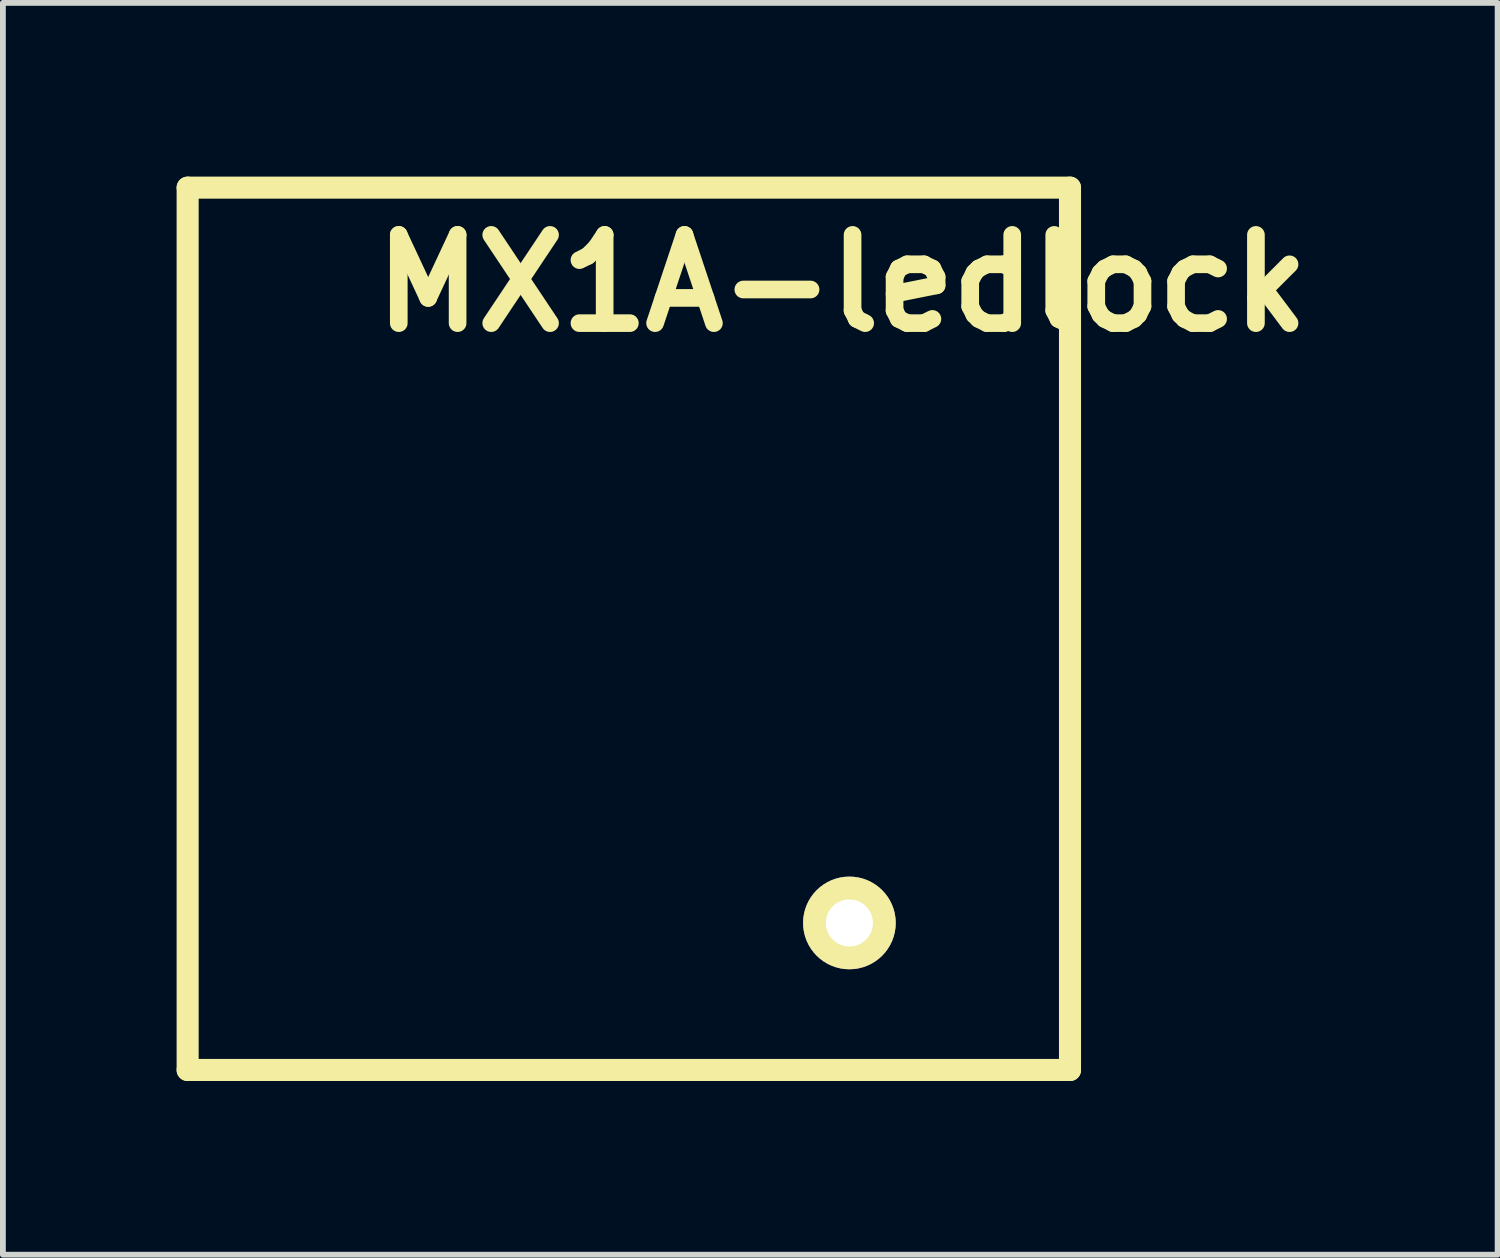
<source format=kicad_pcb>
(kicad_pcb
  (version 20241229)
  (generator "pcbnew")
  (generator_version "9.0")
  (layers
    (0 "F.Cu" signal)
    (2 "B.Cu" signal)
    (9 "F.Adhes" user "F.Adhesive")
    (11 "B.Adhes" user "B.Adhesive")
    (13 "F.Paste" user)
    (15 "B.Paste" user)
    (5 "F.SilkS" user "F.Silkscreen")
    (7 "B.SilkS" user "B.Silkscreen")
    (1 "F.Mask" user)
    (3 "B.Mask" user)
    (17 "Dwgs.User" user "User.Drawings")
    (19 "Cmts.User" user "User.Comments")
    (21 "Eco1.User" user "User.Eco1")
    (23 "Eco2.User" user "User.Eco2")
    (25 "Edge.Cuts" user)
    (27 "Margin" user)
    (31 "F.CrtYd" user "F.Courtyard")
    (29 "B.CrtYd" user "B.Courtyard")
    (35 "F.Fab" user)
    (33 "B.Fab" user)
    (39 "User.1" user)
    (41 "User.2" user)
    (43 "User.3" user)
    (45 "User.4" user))
  (footprint "MX1A-ledlock"
    (layer "F.Cu")
    (at 7.811 7.811)
    (property "Reference" "MX1A-ledlock" (at 3.683 -5.969 0) (layer "F.SilkS") (effects (font (size 1.524 1.524) (thickness 0.305))))
    (attr through_hole)
    (fp_line (start -7.62 -7.62) (end 7.62 -7.62) (stroke (width 0.381) (type solid)) (layer "F.SilkS"))
    (fp_line (start -7.62 7.62) (end -7.62 -7.62) (stroke (width 0.381) (type solid)) (layer "F.SilkS"))
    (fp_line (start 7.62 -7.62) (end 7.62 7.62) (stroke (width 0.381) (type solid)) (layer "F.SilkS"))
    (fp_line (start 7.62 7.62) (end -7.62 7.62) (stroke (width 0.381) (type solid)) (layer "F.SilkS"))
    (pad "1" thru_hole circle (at 3.81 5.08) (size 1.6 1.6) (drill 0.813) (layers "*.Cu" "*.Mask" "F.SilkS")))
  (gr_rect
    (start -3 -3)
    (end 22.817 18.621)
    (stroke (width 0.1) (type default))
    (fill no)
    (layer "Edge.Cuts")))
</source>
